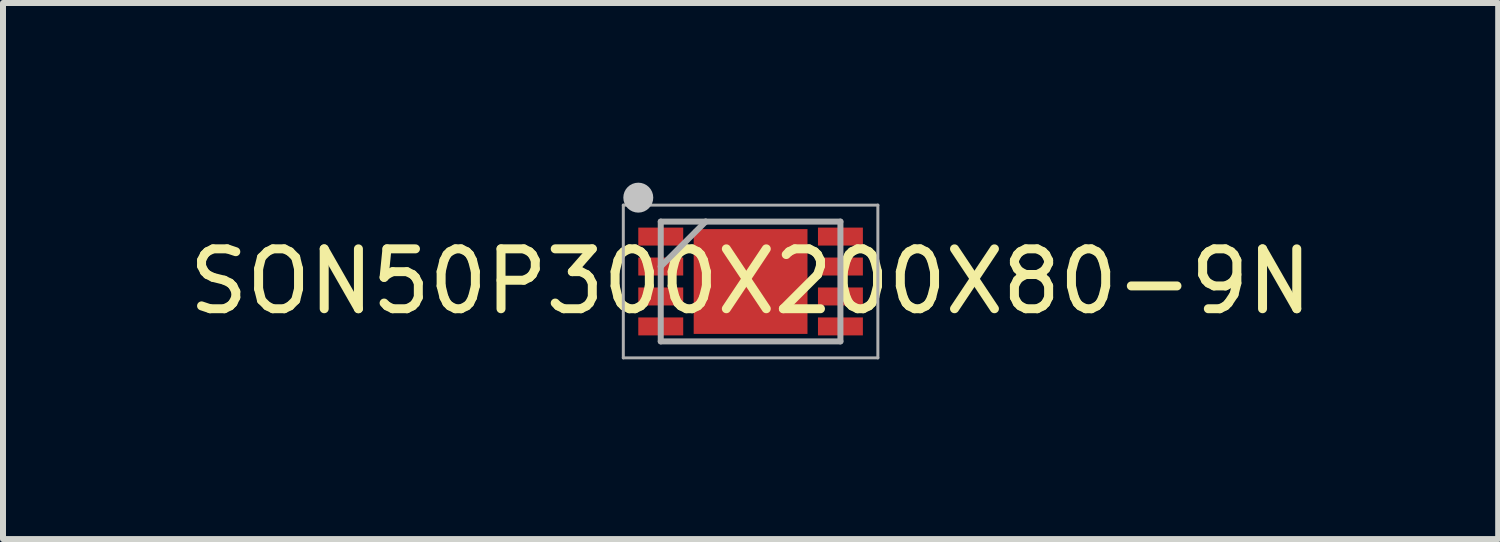
<source format=kicad_pcb>
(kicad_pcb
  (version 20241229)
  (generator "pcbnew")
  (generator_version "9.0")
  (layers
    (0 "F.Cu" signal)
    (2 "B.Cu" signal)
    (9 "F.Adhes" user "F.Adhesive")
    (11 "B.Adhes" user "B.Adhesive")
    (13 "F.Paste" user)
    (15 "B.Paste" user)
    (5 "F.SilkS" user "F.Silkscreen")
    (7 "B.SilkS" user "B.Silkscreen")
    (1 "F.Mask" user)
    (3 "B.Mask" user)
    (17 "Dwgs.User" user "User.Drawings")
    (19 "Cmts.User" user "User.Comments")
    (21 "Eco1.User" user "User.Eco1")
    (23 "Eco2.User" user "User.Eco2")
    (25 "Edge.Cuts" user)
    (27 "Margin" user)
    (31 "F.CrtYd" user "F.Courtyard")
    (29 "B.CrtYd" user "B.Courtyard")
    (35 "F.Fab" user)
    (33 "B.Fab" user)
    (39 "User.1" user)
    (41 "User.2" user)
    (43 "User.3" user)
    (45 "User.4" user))
  (footprint "SON50P300X200X80-9N"
    (layer "F.Cu")
    (at 9.482 1.65)
    (property "Reference" "SON50P300X200X80-9N" (at 0 0 0) (layer "F.SilkS") (effects (font (size 1 1) (thickness 0.15))))
    (attr smd)
    (fp_circle (center -1.875 -1.4) (end -1.75 -1.4) (stroke (width 0.25) (type solid)) (fill no) (layer "Dwgs.User"))
    (fp_line (start -2.125 -1.275) (end 2.125 -1.275) (stroke (width 0.05) (type solid)) (layer "F.Fab"))
    (fp_line (start -2.125 1.275) (end -2.125 -1.275) (stroke (width 0.05) (type solid)) (layer "F.Fab"))
    (fp_line (start -1.5 -1) (end -0.75 -1) (stroke (width 0.1) (type solid)) (layer "F.Fab"))
    (fp_line (start -1.5 -0.25) (end -1.5 -1) (stroke (width 0.1) (type solid)) (layer "F.Fab"))
    (fp_line (start -1.5 -0.25) (end -0.75 -1) (stroke (width 0.1) (type solid)) (layer "F.Fab"))
    (fp_line (start -1.5 1) (end -1.5 -0.25) (stroke (width 0.1) (type solid)) (layer "F.Fab"))
    (fp_line (start -0.75 -1) (end 1.5 -1) (stroke (width 0.1) (type solid)) (layer "F.Fab"))
    (fp_line (start 1.5 -1) (end 1.5 1) (stroke (width 0.1) (type solid)) (layer "F.Fab"))
    (fp_line (start 1.5 1) (end -1.5 1) (stroke (width 0.1) (type solid)) (layer "F.Fab"))
    (fp_line (start 2.125 -1.275) (end 2.125 1.275) (stroke (width 0.05) (type solid)) (layer "F.Fab"))
    (fp_line (start 2.125 1.275) (end -2.125 1.275) (stroke (width 0.05) (type solid)) (layer "F.Fab"))
    (pad "1" smd rect (at -1.5 -0.75) (size 0.75 0.3) (layers "F.Cu" "F.Mask" "F.Paste"))
    (pad "2" smd rect (at -1.5 -0.25) (size 0.75 0.3) (layers "F.Cu" "F.Mask" "F.Paste"))
    (pad "3" smd rect (at -1.5 0.25) (size 0.75 0.3) (layers "F.Cu" "F.Mask" "F.Paste"))
    (pad "4" smd rect (at -1.5 0.75) (size 0.75 0.3) (layers "F.Cu" "F.Mask" "F.Paste"))
    (pad "5" smd rect (at 1.5 0.75) (size 0.75 0.3) (layers "F.Cu" "F.Mask" "F.Paste"))
    (pad "6" smd rect (at 1.5 0.25) (size 0.75 0.3) (layers "F.Cu" "F.Mask" "F.Paste"))
    (pad "7" smd rect (at 1.5 -0.25) (size 0.75 0.3) (layers "F.Cu" "F.Mask" "F.Paste"))
    (pad "8" smd rect (at 1.5 -0.75) (size 0.75 0.3) (layers "F.Cu" "F.Mask" "F.Paste"))
    (pad "9" smd rect (at 0 0) (size 1.9 1.75) (layers "F.Cu" "F.Mask" "F.Paste")))
  (gr_rect
    (start -3 -3)
    (end 21.964 5.95)
    (stroke (width 0.1) (type default))
    (fill no)
    (layer "Edge.Cuts")))
</source>
